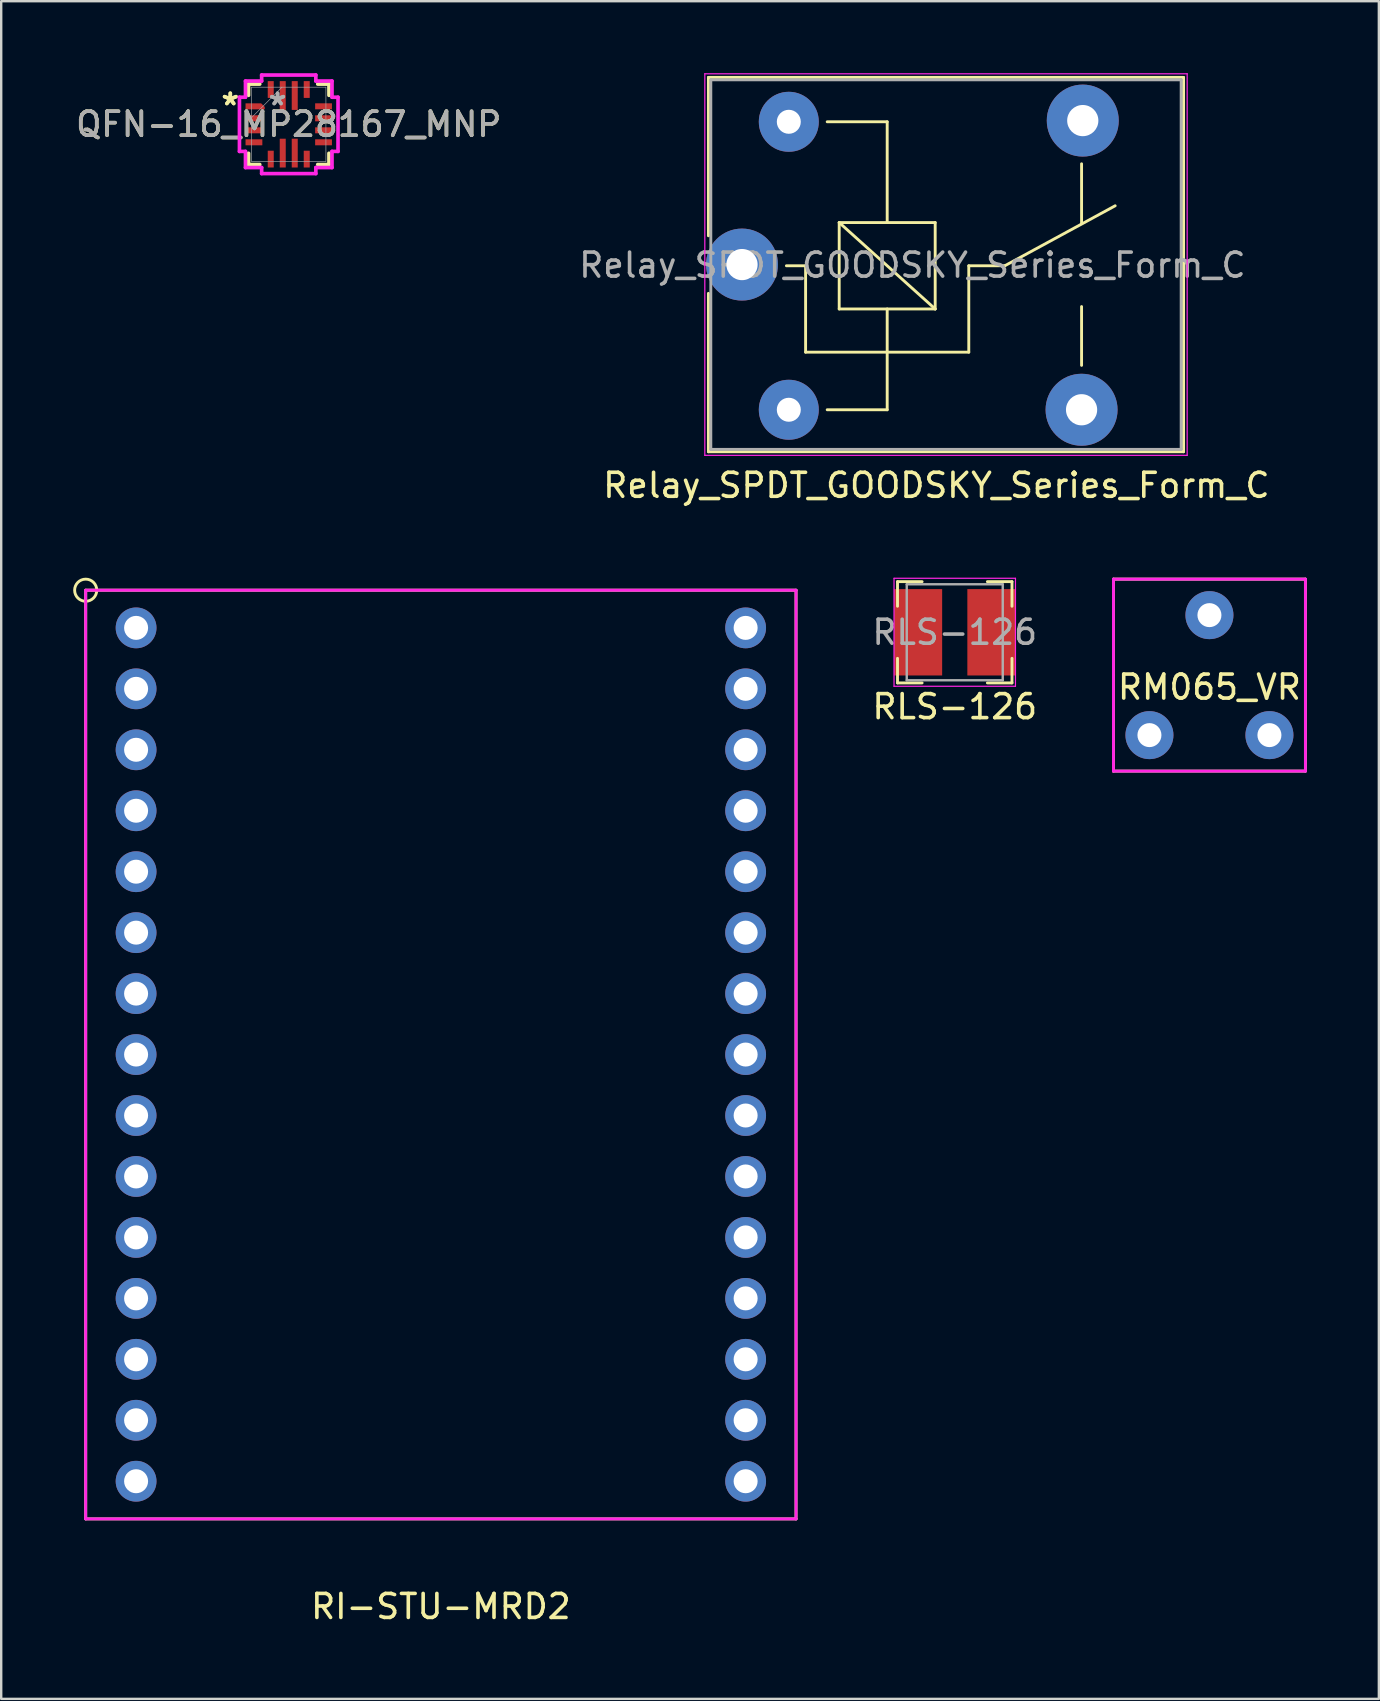
<source format=kicad_pcb>
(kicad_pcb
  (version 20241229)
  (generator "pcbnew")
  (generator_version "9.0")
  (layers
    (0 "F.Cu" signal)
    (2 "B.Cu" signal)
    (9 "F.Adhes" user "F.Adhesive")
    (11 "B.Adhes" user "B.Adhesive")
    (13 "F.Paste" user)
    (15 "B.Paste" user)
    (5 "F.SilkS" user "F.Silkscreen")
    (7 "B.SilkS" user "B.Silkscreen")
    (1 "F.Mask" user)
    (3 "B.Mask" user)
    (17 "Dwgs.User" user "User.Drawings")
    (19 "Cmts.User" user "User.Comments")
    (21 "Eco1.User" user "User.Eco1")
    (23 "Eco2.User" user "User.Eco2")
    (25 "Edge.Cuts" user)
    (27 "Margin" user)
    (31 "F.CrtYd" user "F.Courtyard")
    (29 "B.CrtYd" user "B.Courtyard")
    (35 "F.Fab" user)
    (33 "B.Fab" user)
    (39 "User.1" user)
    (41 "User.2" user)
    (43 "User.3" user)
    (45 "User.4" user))
  (footprint "Relay_SPDT_GOODSKY_Series_Form_C"
    (layer "F.Cu")
    (at 27.87 7.975)
    (property "Reference" "Relay_SPDT_GOODSKY_Series_Form_C" (at 8.1 9.2 0) (layer "F.SilkS") (effects (font (size 1 1) (thickness 0.15))))
    (attr through_hole)
    (fp_line (start -1.4 -7.8) (end -1.4 -1.2) (stroke (width 0.12) (type solid)) (layer "F.SilkS"))
    (fp_line (start -1.4 -7.8) (end 18.4 -7.8) (stroke (width 0.12) (type solid)) (layer "F.SilkS"))
    (fp_line (start -1.4 1.2) (end -1.4 7.8) (stroke (width 0.12) (type solid)) (layer "F.SilkS"))
    (fp_line (start 2.65 0.05) (end 1.85 0.05) (stroke (width 0.12) (type solid)) (layer "F.SilkS"))
    (fp_line (start 2.65 0.05) (end 2.65 3.65) (stroke (width 0.12) (type solid)) (layer "F.SilkS"))
    (fp_line (start 3.55 6.05) (end 6.05 6.05) (stroke (width 0.12) (type solid)) (layer "F.SilkS"))
    (fp_line (start 4.05 -1.75) (end 8.05 -1.75) (stroke (width 0.12) (type solid)) (layer "F.SilkS"))
    (fp_line (start 4.05 1.85) (end 4.05 -1.75) (stroke (width 0.12) (type solid)) (layer "F.SilkS"))
    (fp_line (start 6.05 -5.95) (end 3.55 -5.95) (stroke (width 0.12) (type solid)) (layer "F.SilkS"))
    (fp_line (start 6.05 -5.95) (end 6.05 -1.75) (stroke (width 0.12) (type solid)) (layer "F.SilkS"))
    (fp_line (start 6.05 1.85) (end 6.05 6.05) (stroke (width 0.12) (type solid)) (layer "F.SilkS"))
    (fp_line (start 8.05 -1.75) (end 8.05 1.85) (stroke (width 0.12) (type solid)) (layer "F.SilkS"))
    (fp_line (start 8.05 1.85) (end 4.05 -1.75) (stroke (width 0.12) (type solid)) (layer "F.SilkS"))
    (fp_line (start 8.05 1.85) (end 4.05 1.85) (stroke (width 0.12) (type solid)) (layer "F.SilkS"))
    (fp_line (start 9.45 0.05) (end 9.45 3.65) (stroke (width 0.12) (type solid)) (layer "F.SilkS"))
    (fp_line (start 9.45 0.05) (end 10.95 0.05) (stroke (width 0.12) (type solid)) (layer "F.SilkS"))
    (fp_line (start 9.45 3.65) (end 2.65 3.65) (stroke (width 0.12) (type solid)) (layer "F.SilkS"))
    (fp_line (start 10.95 0.05) (end 15.55 -2.45) (stroke (width 0.12) (type solid)) (layer "F.SilkS"))
    (fp_line (start 14.15 -4.2) (end 14.15 -1.7) (stroke (width 0.12) (type solid)) (layer "F.SilkS"))
    (fp_line (start 14.15 4.2) (end 14.15 1.75) (stroke (width 0.12) (type solid)) (layer "F.SilkS"))
    (fp_line (start 18.4 -7.8) (end 18.4 7.8) (stroke (width 0.12) (type solid)) (layer "F.SilkS"))
    (fp_line (start 18.4 7.8) (end -1.4 7.8) (stroke (width 0.12) (type solid)) (layer "F.SilkS"))
    (fp_line (start -1.55 7.95) (end -1.55 -7.95) (stroke (width 0.05) (type solid)) (layer "F.CrtYd"))
    (fp_line (start -1.55 7.95) (end 18.55 7.95) (stroke (width 0.05) (type solid)) (layer "F.CrtYd"))
    (fp_line (start 18.55 -7.95) (end -1.55 -7.95) (stroke (width 0.05) (type solid)) (layer "F.CrtYd"))
    (fp_line (start 18.55 -7.95) (end 18.55 7.95) (stroke (width 0.05) (type solid)) (layer "F.CrtYd"))
    (fp_line (start -1.3 -7.7) (end 18.3 -7.7) (stroke (width 0.12) (type solid)) (layer "F.Fab"))
    (fp_line (start -1.3 7.7) (end -1.3 -7.7) (stroke (width 0.12) (type solid)) (layer "F.Fab"))
    (fp_line (start 18.3 -7.7) (end 18.3 7.7) (stroke (width 0.12) (type solid)) (layer "F.Fab"))
    (fp_line (start 18.3 7.7) (end -1.3 7.7) (stroke (width 0.12) (type solid)) (layer "F.Fab"))
    (fp_text user "${REFERENCE}" (at 7.1 0.025 0) (layer "F.Fab") (effects (font (size 1 1) (thickness 0.15))))
    (pad "1" thru_hole circle (at 1.95 6.05 90) (size 2.5 2.5) (drill 1) (layers "*.Cu" "*.Mask"))
    (pad "2" thru_hole circle (at 14.15 6.05 90) (size 3 3) (drill 1.3) (layers "*.Cu" "*.Mask"))
    (pad "3" thru_hole circle (at 14.2 -6 90) (size 3 3) (drill 1.3) (layers "*.Cu" "*.Mask"))
    (pad "4" thru_hole circle (at 1.95 -5.95 90) (size 2.5 2.5) (drill 1) (layers "*.Cu" "*.Mask"))
    (pad "5" thru_hole circle (at 0 0 90) (size 3 3) (drill 1.3) (layers "*.Cu" "*.Mask")))
  (footprint "RM065_VR"
    (layer "F.Cu")
    (at 47.348 25.083)
    (property "Reference" "RM065_VR" (at 0 0.5 0) (layer "F.SilkS") (effects (font (size 1 1) (thickness 0.15))))
    (attr through_hole)
    (fp_line (start -4 -4) (end 4 -4) (stroke (width 0.12) (type solid)) (layer "F.SilkS"))
    (fp_line (start -4 0) (end -4 -4) (stroke (width 0.12) (type solid)) (layer "F.SilkS"))
    (fp_line (start -4 4) (end -4 0) (stroke (width 0.12) (type solid)) (layer "F.SilkS"))
    (fp_line (start 4 -4) (end 4 4) (stroke (width 0.12) (type solid)) (layer "F.SilkS"))
    (fp_line (start 4 4) (end -4 4) (stroke (width 0.12) (type solid)) (layer "F.SilkS"))
    (fp_line (start -4 -4) (end 4 -4) (stroke (width 0.12) (type solid)) (layer "F.CrtYd"))
    (fp_line (start -4 4) (end -4 -4) (stroke (width 0.12) (type solid)) (layer "F.CrtYd"))
    (fp_line (start 4 -4) (end 4 4) (stroke (width 0.12) (type solid)) (layer "F.CrtYd"))
    (fp_line (start 4 4) (end -4 4) (stroke (width 0.12) (type solid)) (layer "F.CrtYd"))
    (pad "1" thru_hole circle (at -2.5 2.5) (size 2 2) (drill 1) (layers "*.Cu" "*.Mask"))
    (pad "2" thru_hole circle (at 0 -2.5) (size 2 2) (drill 1) (layers "*.Cu" "*.Mask"))
    (pad "3" thru_hole circle (at 2.5 2.5) (size 2 2) (drill 1) (layers "*.Cu" "*.Mask")))
  (footprint "RI-STU-MRD2"
    (layer "F.Cu")
    (at 15.321 40.894)
    (property "Reference" "RI-STU-MRD2" (at 0 23 0) (layer "F.SilkS") (effects (font (size 1 1) (thickness 0.15))))
    (attr through_hole)
    (fp_line (start -14.8 -19.35) (end 14.8 -19.35) (stroke (width 0.12) (type solid)) (layer "F.SilkS"))
    (fp_line (start -14.8 19.35) (end -14.8 -19.35) (stroke (width 0.12) (type solid)) (layer "F.SilkS"))
    (fp_line (start 14.8 -19.35) (end 14.8 19.35) (stroke (width 0.12) (type solid)) (layer "F.SilkS"))
    (fp_line (start 14.8 19.35) (end -14.8 19.35) (stroke (width 0.12) (type solid)) (layer "F.SilkS"))
    (fp_circle (center -14.8 -19.35) (end -14.5 -19) (stroke (width 0.12) (type solid)) (fill no) (layer "F.SilkS"))
    (fp_line (start -14.8 -19.35) (end 14.8 -19.35) (stroke (width 0.12) (type solid)) (layer "F.CrtYd"))
    (fp_line (start -14.8 19.35) (end -14.8 -19.35) (stroke (width 0.12) (type solid)) (layer "F.CrtYd"))
    (fp_line (start 14.8 -19.35) (end 14.8 19.35) (stroke (width 0.12) (type solid)) (layer "F.CrtYd"))
    (fp_line (start 14.8 19.35) (end -14.8 19.35) (stroke (width 0.12) (type solid)) (layer "F.CrtYd"))
    (pad "1" thru_hole circle (at -12.7 -17.78) (size 1.7 1.7) (drill 1) (layers "*.Cu" "*.Mask"))
    (pad "2" thru_hole circle (at -12.7 -15.24) (size 1.7 1.7) (drill 1) (layers "*.Cu" "*.Mask"))
    (pad "3" thru_hole circle (at -12.7 -12.7) (size 1.7 1.7) (drill 1) (layers "*.Cu" "*.Mask"))
    (pad "4" thru_hole circle (at -12.7 -10.16) (size 1.7 1.7) (drill 1) (layers "*.Cu" "*.Mask"))
    (pad "5" thru_hole circle (at -12.7 -7.62) (size 1.7 1.7) (drill 1) (layers "*.Cu" "*.Mask"))
    (pad "6" thru_hole circle (at -12.7 -5.08) (size 1.7 1.7) (drill 1) (layers "*.Cu" "*.Mask"))
    (pad "7" thru_hole circle (at -12.7 -2.54) (size 1.7 1.7) (drill 1) (layers "*.Cu" "*.Mask"))
    (pad "8" thru_hole circle (at -12.7 0) (size 1.7 1.7) (drill 1) (layers "*.Cu" "*.Mask"))
    (pad "9" thru_hole circle (at -12.7 2.54) (size 1.7 1.7) (drill 1) (layers "*.Cu" "*.Mask"))
    (pad "10" thru_hole circle (at -12.7 5.08) (size 1.7 1.7) (drill 1) (layers "*.Cu" "*.Mask"))
    (pad "11" thru_hole circle (at -12.7 7.62) (size 1.7 1.7) (drill 1) (layers "*.Cu" "*.Mask"))
    (pad "12" thru_hole circle (at -12.7 10.16) (size 1.7 1.7) (drill 1) (layers "*.Cu" "*.Mask"))
    (pad "13" thru_hole circle (at -12.7 12.7) (size 1.7 1.7) (drill 1) (layers "*.Cu" "*.Mask"))
    (pad "14" thru_hole circle (at -12.7 15.24) (size 1.7 1.7) (drill 1) (layers "*.Cu" "*.Mask"))
    (pad "15" thru_hole circle (at -12.7 17.78) (size 1.7 1.7) (drill 1) (layers "*.Cu" "*.Mask"))
    (pad "16" thru_hole circle (at 12.7 17.78) (size 1.7 1.7) (drill 1) (layers "*.Cu" "*.Mask"))
    (pad "17" thru_hole circle (at 12.7 15.24) (size 1.7 1.7) (drill 1) (layers "*.Cu" "*.Mask"))
    (pad "18" thru_hole circle (at 12.7 12.7) (size 1.7 1.7) (drill 1) (layers "*.Cu" "*.Mask"))
    (pad "19" thru_hole circle (at 12.7 10.16) (size 1.7 1.7) (drill 1) (layers "*.Cu" "*.Mask"))
    (pad "20" thru_hole circle (at 12.7 7.62) (size 1.7 1.7) (drill 1) (layers "*.Cu" "*.Mask"))
    (pad "21" thru_hole circle (at 12.7 5.08) (size 1.7 1.7) (drill 1) (layers "*.Cu" "*.Mask"))
    (pad "22" thru_hole circle (at 12.7 2.54) (size 1.7 1.7) (drill 1) (layers "*.Cu" "*.Mask"))
    (pad "23" thru_hole circle (at 12.7 0) (size 1.7 1.7) (drill 1) (layers "*.Cu" "*.Mask"))
    (pad "24" thru_hole circle (at 12.7 -2.54) (size 1.7 1.7) (drill 1) (layers "*.Cu" "*.Mask"))
    (pad "25" thru_hole circle (at 12.7 -5.08) (size 1.7 1.7) (drill 1) (layers "*.Cu" "*.Mask"))
    (pad "26" thru_hole circle (at 12.7 -7.62) (size 1.7 1.7) (drill 1) (layers "*.Cu" "*.Mask"))
    (pad "27" thru_hole circle (at 12.7 -10.16) (size 1.7 1.7) (drill 1) (layers "*.Cu" "*.Mask"))
    (pad "28" thru_hole circle (at 12.7 -12.7) (size 1.7 1.7) (drill 1) (layers "*.Cu" "*.Mask"))
    (pad "29" thru_hole circle (at 12.7 -15.24) (size 1.7 1.7) (drill 1) (layers "*.Cu" "*.Mask"))
    (pad "30" thru_hole circle (at 12.7 -17.78) (size 1.7 1.7) (drill 1) (layers "*.Cu" "*.Mask")))
  (footprint "QFN-16_MP28167_MNP"
    (layer "F.Cu")
    (at 8.982 2.13)
    (property "Reference" "QFN-16_MP28167_MNP" (at 0 0 0) (unlocked yes) (layer "F.SilkS") (effects (font (size 1 1) (thickness 0.15))))
    (attr smd)
    (fp_poly (pts (xy -1.8 -0.875) (xy -1.8 -0.625) (xy -1 -0.625) (xy -1 -0.725) (xy -1.15 -0.875)) (stroke (width 0) (type solid)) (fill yes) (layer "F.Cu"))
    (fp_poly (pts (xy -1.8 -0.875) (xy -1.8 -0.625) (xy -1 -0.625) (xy -1 -0.725) (xy -1.15 -0.875)) (stroke (width 0) (type solid)) (fill yes) (layer "F.Mask"))
    (fp_line (start -1.676 -1.676) (end -1.676 -1.208) (stroke (width 0.152) (type solid)) (layer "F.SilkS"))
    (fp_line (start -1.676 1.208) (end -1.676 1.676) (stroke (width 0.152) (type solid)) (layer "F.SilkS"))
    (fp_line (start -1.676 1.676) (end -1.208 1.676) (stroke (width 0.152) (type solid)) (layer "F.SilkS"))
    (fp_line (start -1.208 -1.676) (end -1.676 -1.676) (stroke (width 0.152) (type solid)) (layer "F.SilkS"))
    (fp_line (start 1.208 1.676) (end 1.676 1.676) (stroke (width 0.152) (type solid)) (layer "F.SilkS"))
    (fp_line (start 1.676 -1.676) (end 1.208 -1.676) (stroke (width 0.152) (type solid)) (layer "F.SilkS"))
    (fp_line (start 1.676 -1.208) (end 1.676 -1.676) (stroke (width 0.152) (type solid)) (layer "F.SilkS"))
    (fp_line (start 1.676 1.676) (end 1.676 1.208) (stroke (width 0.152) (type solid)) (layer "F.SilkS"))
    (fp_poly (pts (xy -1.8 -0.875) (xy -1.8 -0.625) (xy -1 -0.625) (xy -1 -0.725) (xy -1.15 -0.875)) (stroke (width 0) (type solid)) (fill yes) (layer "F.Paste"))
    (fp_line (start -2.054 -1.129) (end -1.803 -1.129) (stroke (width 0.152) (type solid)) (layer "F.CrtYd"))
    (fp_line (start -2.054 1.129) (end -2.054 -1.129) (stroke (width 0.152) (type solid)) (layer "F.CrtYd"))
    (fp_line (start -1.803 -1.803) (end -1.129 -1.803) (stroke (width 0.152) (type solid)) (layer "F.CrtYd"))
    (fp_line (start -1.803 -1.129) (end -1.803 -1.803) (stroke (width 0.152) (type solid)) (layer "F.CrtYd"))
    (fp_line (start -1.803 1.129) (end -2.054 1.129) (stroke (width 0.152) (type solid)) (layer "F.CrtYd"))
    (fp_line (start -1.803 1.803) (end -1.803 1.129) (stroke (width 0.152) (type solid)) (layer "F.CrtYd"))
    (fp_line (start -1.129 -2.054) (end 1.129 -2.054) (stroke (width 0.152) (type solid)) (layer "F.CrtYd"))
    (fp_line (start -1.129 -1.803) (end -1.129 -2.054) (stroke (width 0.152) (type solid)) (layer "F.CrtYd"))
    (fp_line (start -1.129 1.803) (end -1.803 1.803) (stroke (width 0.152) (type solid)) (layer "F.CrtYd"))
    (fp_line (start -1.129 2.054) (end -1.129 1.803) (stroke (width 0.152) (type solid)) (layer "F.CrtYd"))
    (fp_line (start 1.129 -2.054) (end 1.129 -1.803) (stroke (width 0.152) (type solid)) (layer "F.CrtYd"))
    (fp_line (start 1.129 -1.803) (end 1.803 -1.803) (stroke (width 0.152) (type solid)) (layer "F.CrtYd"))
    (fp_line (start 1.129 1.803) (end 1.129 2.054) (stroke (width 0.152) (type solid)) (layer "F.CrtYd"))
    (fp_line (start 1.129 2.054) (end -1.129 2.054) (stroke (width 0.152) (type solid)) (layer "F.CrtYd"))
    (fp_line (start 1.803 -1.803) (end 1.803 -1.129) (stroke (width 0.152) (type solid)) (layer "F.CrtYd"))
    (fp_line (start 1.803 -1.129) (end 2.054 -1.129) (stroke (width 0.152) (type solid)) (layer "F.CrtYd"))
    (fp_line (start 1.803 1.129) (end 1.803 1.803) (stroke (width 0.152) (type solid)) (layer "F.CrtYd"))
    (fp_line (start 1.803 1.803) (end 1.129 1.803) (stroke (width 0.152) (type solid)) (layer "F.CrtYd"))
    (fp_line (start 2.054 -1.129) (end 2.054 1.129) (stroke (width 0.152) (type solid)) (layer "F.CrtYd"))
    (fp_line (start 2.054 1.129) (end 1.803 1.129) (stroke (width 0.152) (type solid)) (layer "F.CrtYd"))
    (fp_line (start -1.549 -1.549) (end -1.549 1.549) (stroke (width 0.025) (type solid)) (layer "F.Fab"))
    (fp_line (start -1.549 -0.279) (end -0.279 -1.549) (stroke (width 0.025) (type solid)) (layer "F.Fab"))
    (fp_line (start -1.549 1.549) (end 1.549 1.549) (stroke (width 0.025) (type solid)) (layer "F.Fab"))
    (fp_line (start 1.549 -1.549) (end -1.549 -1.549) (stroke (width 0.025) (type solid)) (layer "F.Fab"))
    (fp_line (start 1.549 1.549) (end 1.549 -1.549) (stroke (width 0.025) (type solid)) (layer "F.Fab"))
    (fp_text user "*" (at -2.435 -0.75 0) (layer "F.SilkS") (effects (font (size 1 1) (thickness 0.15))))
    (fp_text user "*" (at -2.435 -0.75 0) (unlocked yes) (layer "F.SilkS") (effects (font (size 1 1) (thickness 0.15))))
    (fp_text user "${REFERENCE}" (at 0 0 0) (unlocked yes) (layer "F.Fab") (effects (font (size 1 1) (thickness 0.15))))
    (fp_text user "*" (at -0.465 -0.75 0) (layer "F.Fab") (effects (font (size 1 1) (thickness 0.15))))
    (fp_text user "*" (at -0.465 -0.75 0) (unlocked yes) (layer "F.Fab") (effects (font (size 1 1) (thickness 0.15))))
    (pad "1" smd rect (at -1.4 -0.75) (size 0.127 0.127) (layers "F.Cu" "F.Mask" "F.Paste"))
    (pad "2" smd rect (at -1.45 -0.25) (size 0.7 0.25) (layers "F.Cu" "F.Mask" "F.Paste"))
    (pad "3" smd rect (at -1.45 0.25) (size 0.7 0.25) (layers "F.Cu" "F.Mask" "F.Paste"))
    (pad "4" smd rect (at -1.45 0.75) (size 0.7 0.25) (layers "F.Cu" "F.Mask" "F.Paste"))
    (pad "5" smd rect (at -0.75 1.45 90) (size 0.7 0.25) (layers "F.Cu" "F.Mask" "F.Paste"))
    (pad "6" smd rect (at -0.25 1.2 90) (size 1.2 0.25) (layers "F.Cu" "F.Mask" "F.Paste"))
    (pad "7" smd rect (at 0.25 1.2 90) (size 1.2 0.25) (layers "F.Cu" "F.Mask" "F.Paste"))
    (pad "8" smd rect (at 0.75 1.45 90) (size 0.7 0.25) (layers "F.Cu" "F.Mask" "F.Paste"))
    (pad "9" smd rect (at 1.45 0.75) (size 0.7 0.25) (layers "F.Cu" "F.Mask" "F.Paste"))
    (pad "10" smd rect (at 1.45 0.25) (size 0.7 0.25) (layers "F.Cu" "F.Mask" "F.Paste"))
    (pad "11" smd rect (at 1.45 -0.25) (size 0.7 0.25) (layers "F.Cu" "F.Mask" "F.Paste"))
    (pad "12" smd rect (at 1.45 -0.75) (size 0.7 0.25) (layers "F.Cu" "F.Mask" "F.Paste"))
    (pad "13" smd rect (at 0.75 -1.45 90) (size 0.7 0.25) (layers "F.Cu" "F.Mask" "F.Paste"))
    (pad "14" smd rect (at 0.25 -1.2 90) (size 1.2 0.25) (layers "F.Cu" "F.Mask" "F.Paste"))
    (pad "15" smd rect (at -0.25 -1.2 90) (size 1.2 0.25) (layers "F.Cu" "F.Mask" "F.Paste"))
    (pad "16" smd rect (at -0.75 -1.45 90) (size 0.7 0.25) (layers "F.Cu" "F.Mask" "F.Paste")))
  (footprint "RLS-126"
    (layer "F.Cu")
    (at 36.735 23.298)
    (property "Reference" "RLS-126" (at 0 3.1 0) (layer "F.SilkS") (effects (font (size 1 1) (thickness 0.15))))
    (attr smd)
    (fp_line (start -2.385 -2.11) (end -2.385 -1.085) (stroke (width 0.12) (type solid)) (layer "F.SilkS"))
    (fp_line (start -2.385 -2.11) (end -1.36 -2.11) (stroke (width 0.12) (type solid)) (layer "F.SilkS"))
    (fp_line (start -2.385 2.11) (end -2.385 1.085) (stroke (width 0.12) (type solid)) (layer "F.SilkS"))
    (fp_line (start -2.385 2.11) (end -1.36 2.11) (stroke (width 0.12) (type solid)) (layer "F.SilkS"))
    (fp_line (start 2.385 -2.11) (end 1.36 -2.11) (stroke (width 0.12) (type solid)) (layer "F.SilkS"))
    (fp_line (start 2.385 -2.11) (end 2.385 -1.085) (stroke (width 0.12) (type solid)) (layer "F.SilkS"))
    (fp_line (start 2.385 2.11) (end 1.36 2.11) (stroke (width 0.12) (type solid)) (layer "F.SilkS"))
    (fp_line (start 2.385 2.11) (end 2.385 1.085) (stroke (width 0.12) (type solid)) (layer "F.SilkS"))
    (fp_line (start -2.53 -2.25) (end -2.53 2.25) (stroke (width 0.05) (type solid)) (layer "F.CrtYd"))
    (fp_line (start -2.53 -2.25) (end 2.53 -2.25) (stroke (width 0.05) (type solid)) (layer "F.CrtYd"))
    (fp_line (start -2.53 2.25) (end 2.53 2.25) (stroke (width 0.05) (type solid)) (layer "F.CrtYd"))
    (fp_line (start 2.53 -2.25) (end 2.53 2.25) (stroke (width 0.05) (type solid)) (layer "F.CrtYd"))
    (fp_line (start -2 -2) (end -2 2) (stroke (width 0.1) (type solid)) (layer "F.Fab"))
    (fp_line (start -2 -2) (end 2 -2) (stroke (width 0.1) (type solid)) (layer "F.Fab"))
    (fp_line (start 2 -2) (end 2 2) (stroke (width 0.1) (type solid)) (layer "F.Fab"))
    (fp_line (start 2 2) (end -2 2) (stroke (width 0.1) (type solid)) (layer "F.Fab"))
    (fp_text user "${REFERENCE}" (at 0 0 0) (layer "F.Fab") (effects (font (size 1 1) (thickness 0.15))))
    (pad "1" smd rect (at -1.525 0) (size 2 3.6) (layers "F.Cu" "F.Mask" "F.Paste"))
    (pad "2" smd rect (at 1.525 0) (size 2 3.6) (layers "F.Cu" "F.Mask" "F.Paste")))
  (gr_rect
    (start -3 -3)
    (end 54.408 67.742)
    (stroke (width 0.1) (type default))
    (fill no)
    (layer "Edge.Cuts")))
</source>
